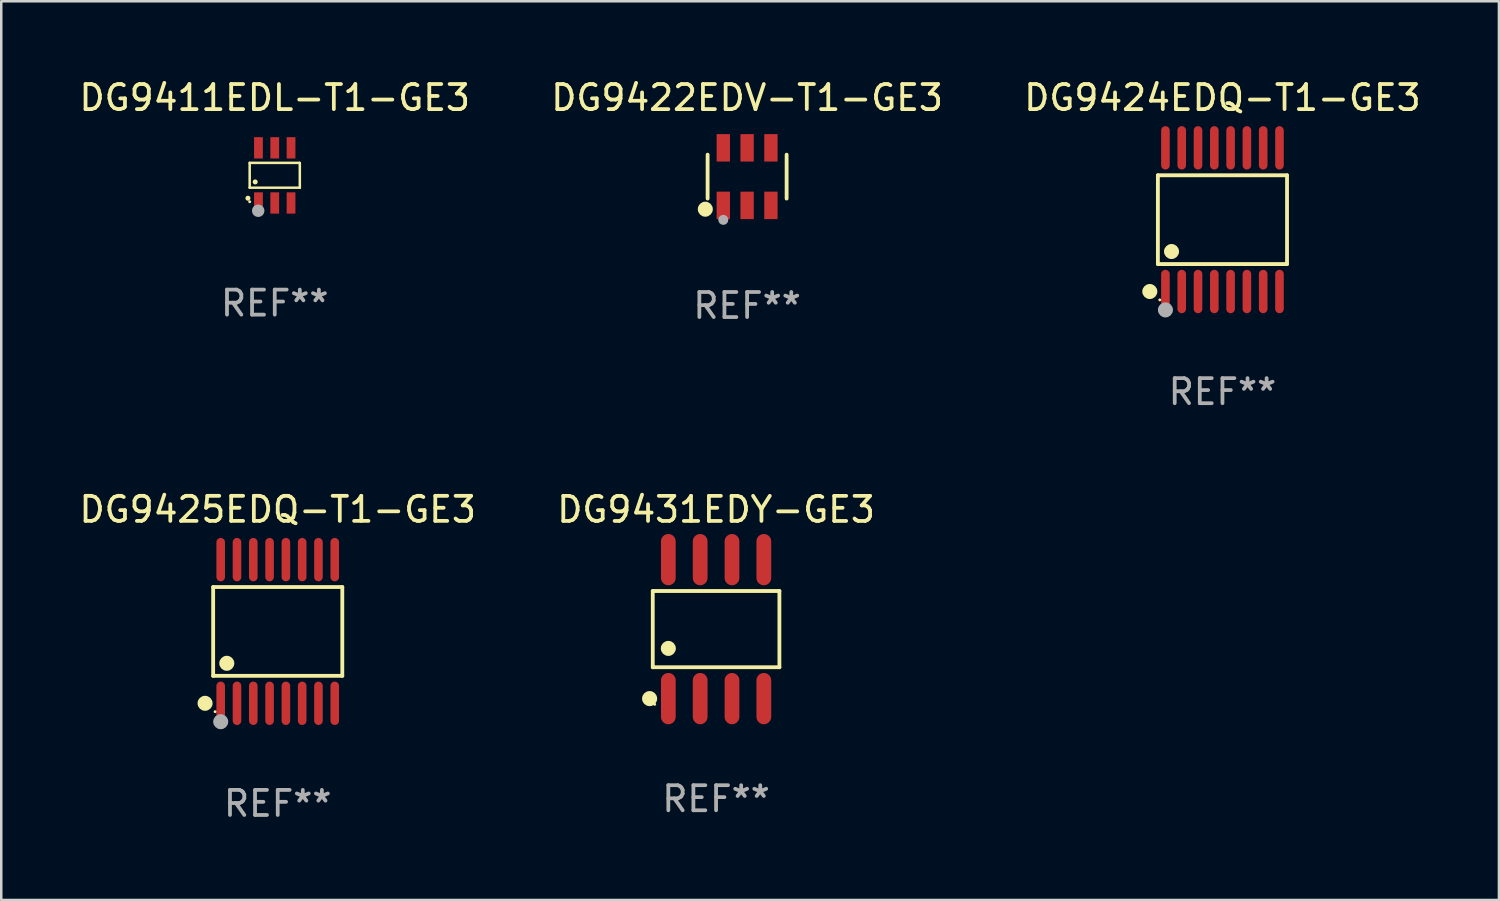
<source format=kicad_pcb>
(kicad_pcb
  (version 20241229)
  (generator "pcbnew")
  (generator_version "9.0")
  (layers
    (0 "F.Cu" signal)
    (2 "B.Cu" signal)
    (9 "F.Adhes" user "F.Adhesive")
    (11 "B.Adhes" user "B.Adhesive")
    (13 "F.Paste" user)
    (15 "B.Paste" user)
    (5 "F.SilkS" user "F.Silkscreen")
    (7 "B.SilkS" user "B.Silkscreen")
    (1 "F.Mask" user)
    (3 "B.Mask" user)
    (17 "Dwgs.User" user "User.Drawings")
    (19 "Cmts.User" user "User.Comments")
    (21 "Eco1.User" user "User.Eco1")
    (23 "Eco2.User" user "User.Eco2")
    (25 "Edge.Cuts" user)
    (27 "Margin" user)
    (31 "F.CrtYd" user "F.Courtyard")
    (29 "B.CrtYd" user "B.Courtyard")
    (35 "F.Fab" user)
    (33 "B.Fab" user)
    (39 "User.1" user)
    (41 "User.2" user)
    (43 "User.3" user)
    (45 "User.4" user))
  (footprint "DG9422EDV-T1-GE3"
    (layer "F.Cu")
    (at 26.756 3.996)
    (property "Reference" "DG9422EDV-T1-GE3" (at 0 -3.148 0) (layer "F.SilkS") (effects (font (size 1 1) (thickness 0.15))))
    (attr through_hole)
    (fp_line (start -1.576 0.876) (end -1.576 -0.876) (stroke (width 0.152) (type solid)) (layer "F.SilkS"))
    (fp_line (start 1.576 0.876) (end 1.576 -0.876) (stroke (width 0.152) (type solid)) (layer "F.SilkS"))
    (fp_circle (center -1.668 1.3) (end -1.518 1.3) (stroke (width 0.3) (type solid)) (fill no) (layer "F.SilkS"))
    (fp_circle (center -1.5 1.425) (end -1.47 1.425) (stroke (width 0.06) (type solid)) (fill no) (layer "F.SilkS"))
    (fp_circle (center -0.95 1.725) (end -0.85 1.725) (stroke (width 0.2) (type solid)) (fill no) (layer "F.Fab"))
    (fp_text user "REF**" (at 0 5.148 0) (layer "F.Fab") (effects (font (size 1 1) (thickness 0.15))))
    (pad "1" smd rect (at -0.95 1.148) (size 0.532 1.095) (layers "F.Cu" "F.Mask" "F.Paste"))
    (pad "2" smd rect (at 0 1.148) (size 0.532 1.095) (layers "F.Cu" "F.Mask" "F.Paste"))
    (pad "3" smd rect (at 0.95 1.148) (size 0.532 1.095) (layers "F.Cu" "F.Mask" "F.Paste"))
    (pad "4" smd rect (at 0.95 -1.148) (size 0.532 1.095) (layers "F.Cu" "F.Mask" "F.Paste"))
    (pad "5" smd rect (at 0 -1.148) (size 0.532 1.095) (layers "F.Cu" "F.Mask" "F.Paste"))
    (pad "6" smd rect (at -0.95 -1.148) (size 0.532 1.095) (layers "F.Cu" "F.Mask" "F.Paste")))
  (footprint "DG9425EDQ-T1-GE3"
    (layer "F.Cu")
    (at 8.03 22.142)
    (property "Reference" "DG9425EDQ-T1-GE3" (at 0 -4.866 0) (layer "F.SilkS") (effects (font (size 1 1) (thickness 0.15))))
    (attr through_hole)
    (fp_line (start -2.576 -1.772) (end 2.576 -1.772) (stroke (width 0.152) (type solid)) (layer "F.SilkS"))
    (fp_line (start -2.576 1.771) (end -2.576 -1.772) (stroke (width 0.152) (type solid)) (layer "F.SilkS"))
    (fp_line (start 2.576 -1.772) (end 2.576 1.771) (stroke (width 0.152) (type solid)) (layer "F.SilkS"))
    (fp_line (start 2.576 1.771) (end -2.576 1.771) (stroke (width 0.152) (type solid)) (layer "F.SilkS"))
    (fp_circle (center -2.899 2.866) (end -2.749 2.866) (stroke (width 0.3) (type solid)) (fill no) (layer "F.SilkS"))
    (fp_circle (center -2.5 3.2) (end -2.47 3.2) (stroke (width 0.06) (type solid)) (fill no) (layer "F.SilkS"))
    (fp_circle (center -2.032 1.27) (end -1.882 1.27) (stroke (width 0.3) (type solid)) (fill no) (layer "F.SilkS"))
    (fp_circle (center -2.275 3.6) (end -2.125 3.6) (stroke (width 0.3) (type solid)) (fill no) (layer "F.Fab"))
    (fp_text user "REF**" (at 0 6.866 0) (layer "F.Fab") (effects (font (size 1 1) (thickness 0.15))))
    (pad "1" smd oval (at -2.275 2.866) (size 0.343 1.731) (layers "F.Cu" "F.Mask" "F.Paste"))
    (pad "2" smd oval (at -1.625 2.866) (size 0.343 1.731) (layers "F.Cu" "F.Mask" "F.Paste"))
    (pad "3" smd oval (at -0.975 2.866) (size 0.343 1.731) (layers "F.Cu" "F.Mask" "F.Paste"))
    (pad "4" smd oval (at -0.325 2.866) (size 0.343 1.731) (layers "F.Cu" "F.Mask" "F.Paste"))
    (pad "5" smd oval (at 0.325 2.866) (size 0.343 1.731) (layers "F.Cu" "F.Mask" "F.Paste"))
    (pad "6" smd oval (at 0.975 2.866) (size 0.343 1.731) (layers "F.Cu" "F.Mask" "F.Paste"))
    (pad "7" smd oval (at 1.625 2.866) (size 0.343 1.731) (layers "F.Cu" "F.Mask" "F.Paste"))
    (pad "8" smd oval (at 2.275 2.866) (size 0.343 1.731) (layers "F.Cu" "F.Mask" "F.Paste"))
    (pad "9" smd oval (at 2.275 -2.866) (size 0.343 1.731) (layers "F.Cu" "F.Mask" "F.Paste"))
    (pad "10" smd oval (at 1.625 -2.866) (size 0.343 1.731) (layers "F.Cu" "F.Mask" "F.Paste"))
    (pad "11" smd oval (at 0.975 -2.866) (size 0.343 1.731) (layers "F.Cu" "F.Mask" "F.Paste"))
    (pad "12" smd oval (at 0.325 -2.866) (size 0.343 1.731) (layers "F.Cu" "F.Mask" "F.Paste"))
    (pad "13" smd oval (at -0.325 -2.866) (size 0.343 1.731) (layers "F.Cu" "F.Mask" "F.Paste"))
    (pad "14" smd oval (at -0.975 -2.866) (size 0.343 1.731) (layers "F.Cu" "F.Mask" "F.Paste"))
    (pad "15" smd oval (at -1.625 -2.866) (size 0.343 1.731) (layers "F.Cu" "F.Mask" "F.Paste"))
    (pad "16" smd oval (at -2.275 -2.866) (size 0.343 1.731) (layers "F.Cu" "F.Mask" "F.Paste")))
  (footprint "DG9424EDQ-T1-GE3"
    (layer "F.Cu")
    (at 45.72 5.714)
    (property "Reference" "DG9424EDQ-T1-GE3" (at 0 -4.866 0) (layer "F.SilkS") (effects (font (size 1 1) (thickness 0.15))))
    (attr through_hole)
    (fp_line (start -2.576 -1.772) (end 2.576 -1.772) (stroke (width 0.152) (type solid)) (layer "F.SilkS"))
    (fp_line (start -2.576 1.771) (end -2.576 -1.772) (stroke (width 0.152) (type solid)) (layer "F.SilkS"))
    (fp_line (start 2.576 -1.772) (end 2.576 1.771) (stroke (width 0.152) (type solid)) (layer "F.SilkS"))
    (fp_line (start 2.576 1.771) (end -2.576 1.771) (stroke (width 0.152) (type solid)) (layer "F.SilkS"))
    (fp_circle (center -2.899 2.866) (end -2.749 2.866) (stroke (width 0.3) (type solid)) (fill no) (layer "F.SilkS"))
    (fp_circle (center -2.5 3.2) (end -2.47 3.2) (stroke (width 0.06) (type solid)) (fill no) (layer "F.SilkS"))
    (fp_circle (center -2.032 1.27) (end -1.882 1.27) (stroke (width 0.3) (type solid)) (fill no) (layer "F.SilkS"))
    (fp_circle (center -2.275 3.6) (end -2.125 3.6) (stroke (width 0.3) (type solid)) (fill no) (layer "F.Fab"))
    (fp_text user "REF**" (at 0 6.866 0) (layer "F.Fab") (effects (font (size 1 1) (thickness 0.15))))
    (pad "1" smd oval (at -2.275 2.866) (size 0.343 1.731) (layers "F.Cu" "F.Mask" "F.Paste"))
    (pad "2" smd oval (at -1.625 2.866) (size 0.343 1.731) (layers "F.Cu" "F.Mask" "F.Paste"))
    (pad "3" smd oval (at -0.975 2.866) (size 0.343 1.731) (layers "F.Cu" "F.Mask" "F.Paste"))
    (pad "4" smd oval (at -0.325 2.866) (size 0.343 1.731) (layers "F.Cu" "F.Mask" "F.Paste"))
    (pad "5" smd oval (at 0.325 2.866) (size 0.343 1.731) (layers "F.Cu" "F.Mask" "F.Paste"))
    (pad "6" smd oval (at 0.975 2.866) (size 0.343 1.731) (layers "F.Cu" "F.Mask" "F.Paste"))
    (pad "7" smd oval (at 1.625 2.866) (size 0.343 1.731) (layers "F.Cu" "F.Mask" "F.Paste"))
    (pad "8" smd oval (at 2.275 2.866) (size 0.343 1.731) (layers "F.Cu" "F.Mask" "F.Paste"))
    (pad "9" smd oval (at 2.275 -2.866) (size 0.343 1.731) (layers "F.Cu" "F.Mask" "F.Paste"))
    (pad "10" smd oval (at 1.625 -2.866) (size 0.343 1.731) (layers "F.Cu" "F.Mask" "F.Paste"))
    (pad "11" smd oval (at 0.975 -2.866) (size 0.343 1.731) (layers "F.Cu" "F.Mask" "F.Paste"))
    (pad "12" smd oval (at 0.325 -2.866) (size 0.343 1.731) (layers "F.Cu" "F.Mask" "F.Paste"))
    (pad "13" smd oval (at -0.325 -2.866) (size 0.343 1.731) (layers "F.Cu" "F.Mask" "F.Paste"))
    (pad "14" smd oval (at -0.975 -2.866) (size 0.343 1.731) (layers "F.Cu" "F.Mask" "F.Paste"))
    (pad "15" smd oval (at -1.625 -2.866) (size 0.343 1.731) (layers "F.Cu" "F.Mask" "F.Paste"))
    (pad "16" smd oval (at -2.275 -2.866) (size 0.343 1.731) (layers "F.Cu" "F.Mask" "F.Paste")))
  (footprint "DG9431EDY-GE3"
    (layer "F.Cu")
    (at 25.518 22.049)
    (property "Reference" "DG9431EDY-GE3" (at 0 -4.772 0) (layer "F.SilkS") (effects (font (size 1 1) (thickness 0.15))))
    (attr through_hole)
    (fp_line (start -2.526 -1.521) (end 2.526 -1.521) (stroke (width 0.152) (type solid)) (layer "F.SilkS"))
    (fp_line (start -2.526 1.521) (end -2.526 -1.521) (stroke (width 0.152) (type solid)) (layer "F.SilkS"))
    (fp_line (start 2.526 -1.521) (end 2.526 1.521) (stroke (width 0.152) (type solid)) (layer "F.SilkS"))
    (fp_line (start 2.526 1.521) (end -2.526 1.521) (stroke (width 0.152) (type solid)) (layer "F.SilkS"))
    (fp_circle (center -2.652 2.772) (end -2.501 2.772) (stroke (width 0.3) (type solid)) (fill no) (layer "F.SilkS"))
    (fp_circle (center -2.45 3) (end -2.42 3) (stroke (width 0.06) (type solid)) (fill no) (layer "F.SilkS"))
    (fp_circle (center -1.905 0.769) (end -1.755 0.769) (stroke (width 0.3) (type solid)) (fill no) (layer "F.SilkS"))
    (fp_text user "REF**" (at 0 6.772 0) (layer "F.Fab") (effects (font (size 1 1) (thickness 0.15))))
    (pad "1" smd oval (at -1.905 2.772) (size 0.588 2.045) (layers "F.Cu" "F.Mask" "F.Paste"))
    (pad "2" smd oval (at -0.635 2.772) (size 0.588 2.045) (layers "F.Cu" "F.Mask" "F.Paste"))
    (pad "3" smd oval (at 0.635 2.772) (size 0.588 2.045) (layers "F.Cu" "F.Mask" "F.Paste"))
    (pad "4" smd oval (at 1.905 2.772) (size 0.588 2.045) (layers "F.Cu" "F.Mask" "F.Paste"))
    (pad "5" smd oval (at 1.905 -2.772) (size 0.588 2.045) (layers "F.Cu" "F.Mask" "F.Paste"))
    (pad "6" smd oval (at 0.635 -2.772) (size 0.588 2.045) (layers "F.Cu" "F.Mask" "F.Paste"))
    (pad "7" smd oval (at -0.635 -2.772) (size 0.588 2.045) (layers "F.Cu" "F.Mask" "F.Paste"))
    (pad "8" smd oval (at -1.905 -2.772) (size 0.588 2.045) (layers "F.Cu" "F.Mask" "F.Paste")))
  (footprint "DG9411EDL-T1-GE3"
    (layer "F.Cu")
    (at 7.911 3.948)
    (property "Reference" "DG9411EDL-T1-GE3" (at 0 -3.1 0) (layer "F.SilkS") (effects (font (size 1 1) (thickness 0.15))))
    (attr through_hole)
    (fp_line (start -1 -0.5) (end -1 0.49) (stroke (width 0.1) (type solid)) (layer "F.SilkS"))
    (fp_line (start -1 0.49) (end 1 0.49) (stroke (width 0.1) (type solid)) (layer "F.SilkS"))
    (fp_line (start 0.99 -0.5) (end -1 -0.5) (stroke (width 0.1) (type solid)) (layer "F.SilkS"))
    (fp_line (start 1 -0.49) (end 0.99 -0.5) (stroke (width 0.1) (type solid)) (layer "F.SilkS"))
    (fp_line (start 1 0.49) (end 1 -0.49) (stroke (width 0.1) (type solid)) (layer "F.SilkS"))
    (fp_circle (center -1.07 0.91) (end -1.02 0.91) (stroke (width 0.1) (type solid)) (fill no) (layer "F.SilkS"))
    (fp_circle (center -1 1.05) (end -0.97 1.05) (stroke (width 0.06) (type solid)) (fill no) (layer "F.SilkS"))
    (fp_circle (center -0.78 0.26) (end -0.73 0.26) (stroke (width 0.1) (type solid)) (fill no) (layer "F.SilkS"))
    (fp_circle (center -0.66 1.41) (end -0.535 1.41) (stroke (width 0.25) (type solid)) (fill no) (layer "F.Fab"))
    (fp_text user "REF**" (at 0 5.1 0) (layer "F.Fab") (effects (font (size 1 1) (thickness 0.15))))
    (pad "1" smd rect (at -0.65 1.1) (size 0.35 0.85) (layers "F.Cu" "F.Mask" "F.Paste"))
    (pad "2" smd rect (at 0 1.1) (size 0.35 0.85) (layers "F.Cu" "F.Mask" "F.Paste"))
    (pad "3" smd rect (at 0.65 1.1) (size 0.35 0.85) (layers "F.Cu" "F.Mask" "F.Paste"))
    (pad "4" smd rect (at 0.65 -1.1) (size 0.35 0.85) (layers "F.Cu" "F.Mask" "F.Paste"))
    (pad "5" smd rect (at 0 -1.1) (size 0.35 0.85) (layers "F.Cu" "F.Mask" "F.Paste"))
    (pad "6" smd rect (at -0.65 -1.1) (size 0.35 0.85) (layers "F.Cu" "F.Mask" "F.Paste")))
  (gr_rect
    (start -3 -3)
    (end 56.75 32.856)
    (stroke (width 0.1) (type default))
    (fill no)
    (layer "Edge.Cuts")))
</source>
